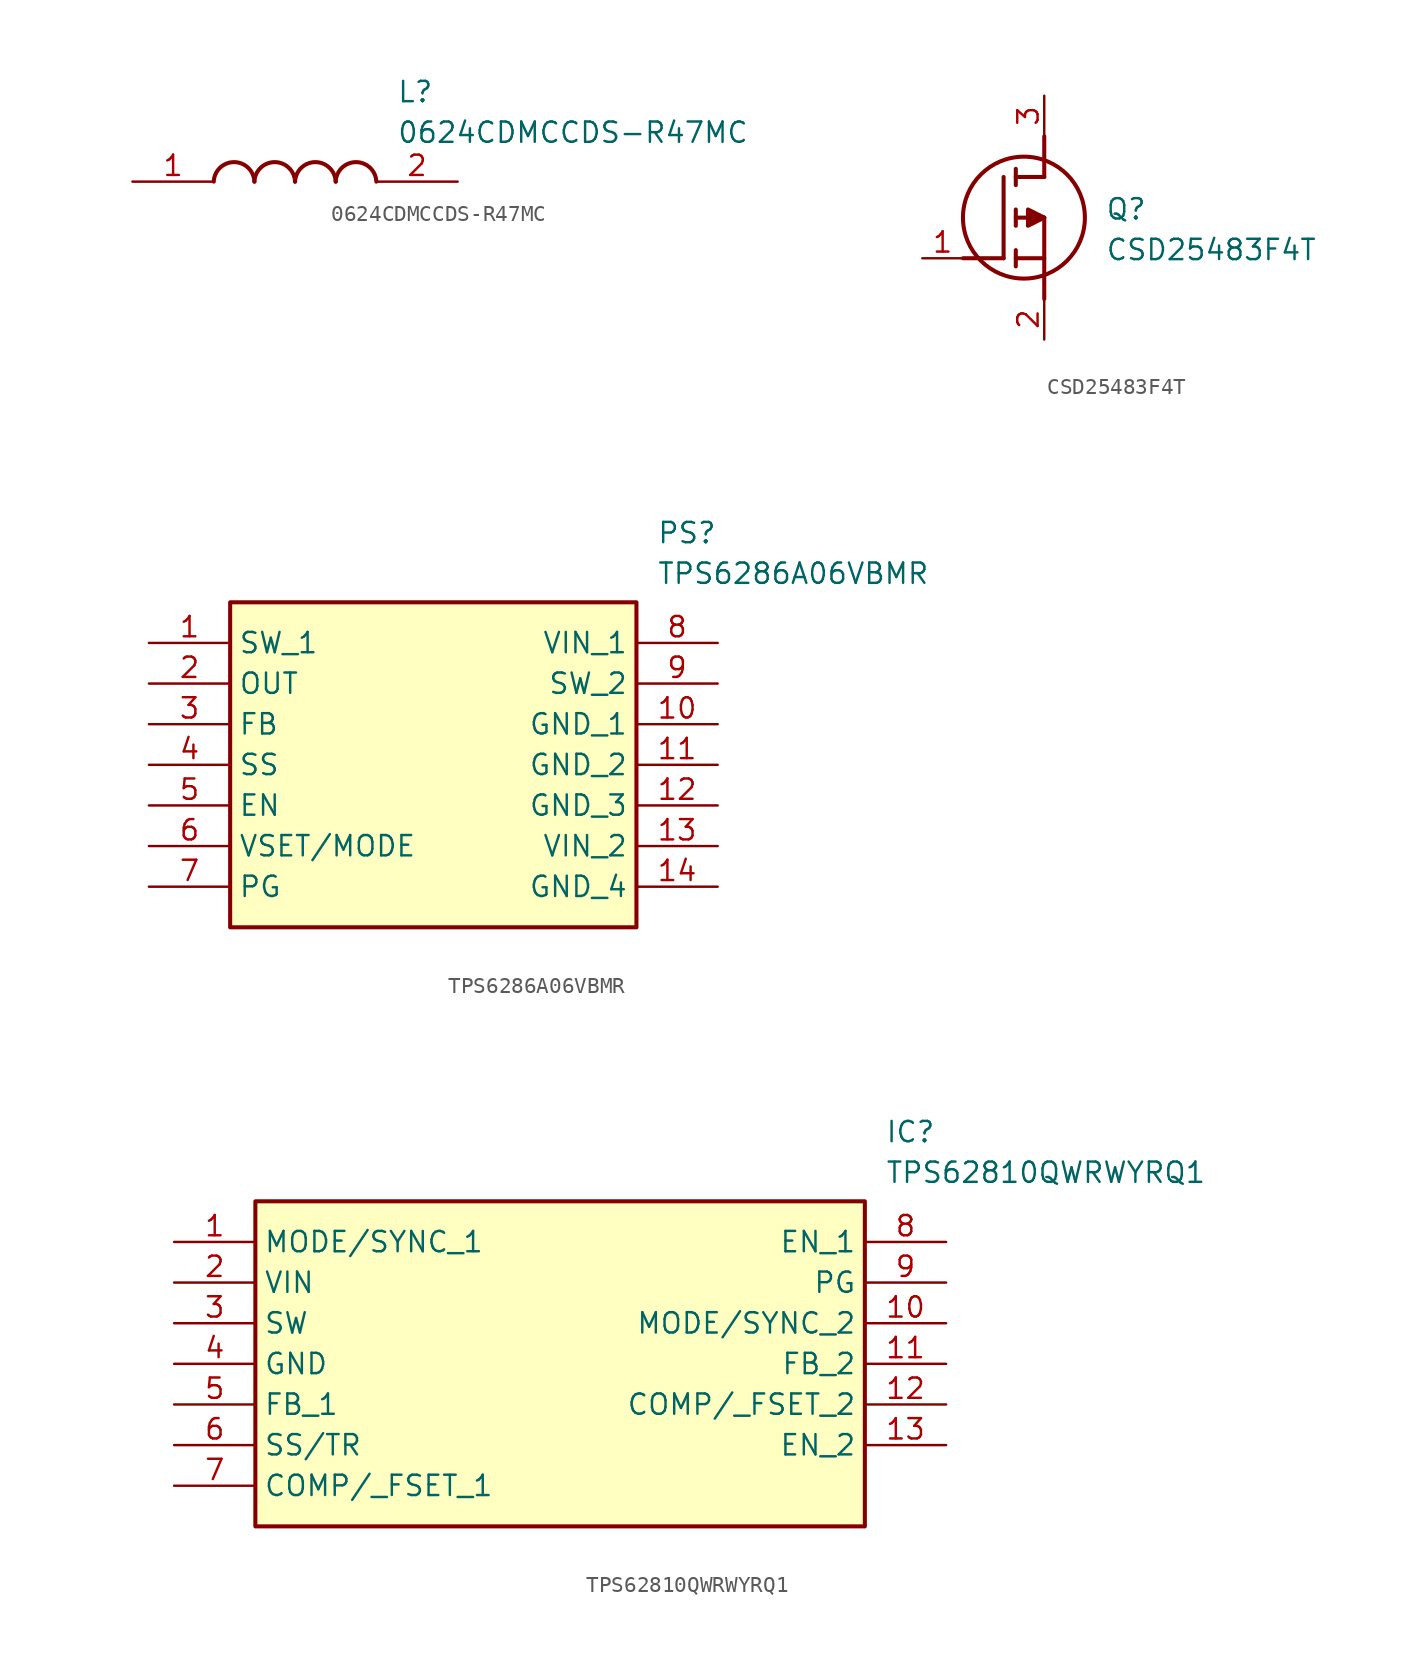
<source format=kicad_sym>
(kicad_symbol_lib
  (version 20220914)
  (generator SamacSys_ECAD_Model)
  (symbol "0624CDMCCDS-R47MC"
    (pin_names hide)
    (property "Reference" "L"
      (at 16.51 6.35 0)
      (effects (font (size 1.27 1.27)) (justify left top)))
    (property "Value" "0624CDMCCDS-R47MC"
      (at 16.51 3.81 0)
      (effects (font (size 1.27 1.27)) (justify left top)))
    (arc
      (start 7.62 0)
      (mid 6.35 1.219)
      (end 5.08 0)
      (stroke (width 0.254) (type default))
      (fill (type none)))
    (arc
      (start 10.16 0)
      (mid 8.89 1.219)
      (end 7.62 0)
      (stroke (width 0.254) (type default))
      (fill (type none)))
    (arc
      (start 12.7 0)
      (mid 11.43 1.219)
      (end 10.16 0)
      (stroke (width 0.254) (type default))
      (fill (type none)))
    (arc
      (start 15.24 0)
      (mid 13.97 1.219)
      (end 12.7 0)
      (stroke (width 0.254) (type default))
      (fill (type none)))
    (pin passive line
      (at 0 0 0)
      (length 5.08)
      (name "1" (effects (font (size 1.27 1.27))))
      (number "1" (effects (font (size 1.27 1.27)))))
    (pin passive line
      (at 20.32 0 180)
      (length 5.08)
      (name "2" (effects (font (size 1.27 1.27))))
      (number "2" (effects (font (size 1.27 1.27))))))
  (symbol "CSD25483F4T"
    (pin_names hide)
    (property "Reference" "Q"
      (at 11.43 3.81 0)
      (effects (font (size 1.27 1.27)) (justify left top)))
    (property "Value" "CSD25483F4T"
      (at 11.43 1.27 0)
      (effects (font (size 1.27 1.27)) (justify left top)))
    (polyline
      (pts (xy 7.62 2.54) (xy 7.62 -2.54))
      (stroke (width 0.254) (type default))
      (fill (type none)))
    (polyline
      (pts (xy 7.62 5.08) (xy 7.62 7.62))
      (stroke (width 0.254) (type default))
      (fill (type none)))
    (polyline
      (pts (xy 2.54 0) (xy 5.08 0))
      (stroke (width 0.254) (type default))
      (fill (type none)))
    (polyline
      (pts (xy 5.08 5.08) (xy 5.08 0))
      (stroke (width 0.254) (type default))
      (fill (type none)))
    (polyline
      (pts (xy 7.62 2.54) (xy 5.842 2.54))
      (stroke (width 0.254) (type default))
      (fill (type none)))
    (polyline
      (pts (xy 7.62 5.08) (xy 5.842 5.08))
      (stroke (width 0.254) (type default))
      (fill (type none)))
    (polyline
      (pts (xy 5.842 0) (xy 7.62 0))
      (stroke (width 0.254) (type default))
      (fill (type none)))
    (polyline
      (pts (xy 5.842 5.588) (xy 5.842 4.572))
      (stroke (width 0.254) (type default))
      (fill (type none)))
    (polyline
      (pts (xy 5.842 -0.508) (xy 5.842 0.508))
      (stroke (width 0.254) (type default))
      (fill (type none)))
    (polyline
      (pts (xy 5.842 2.032) (xy 5.842 3.048))
      (stroke (width 0.254) (type default))
      (fill (type none)))
    (circle
      (center 6.35 2.54)
      (radius 3.81)
      (stroke (width 0.254) (type default))
      (fill (type none)))
    (polyline
      (pts (xy 7.62 2.54) (xy 6.604 3.048) (xy 6.604 2.032) (xy 7.62 2.54))
      (stroke (width 0.254) (type default))
      (fill (type outline)))
    (pin passive line
      (at 0 0 0)
      (length 2.54)
      (name "G" (effects (font (size 1.27 1.27))))
      (number "1" (effects (font (size 1.27 1.27)))))
    (pin passive line
      (at 7.62 10.16 270)
      (length 2.54)
      (name "D" (effects (font (size 1.27 1.27))))
      (number "3" (effects (font (size 1.27 1.27)))))
    (pin passive line
      (at 7.62 -5.08 90)
      (length 2.54)
      (name "S" (effects (font (size 1.27 1.27))))
      (number "2" (effects (font (size 1.27 1.27))))))
  (symbol "TPS6286A06VBMR"
    (property "Reference" "PS"
      (at 31.75 7.62 0)
      (effects (font (size 1.27 1.27)) (justify left top)))
    (property "Value" "TPS6286A06VBMR"
      (at 31.75 5.08 0)
      (effects (font (size 1.27 1.27)) (justify left top)))
    (rectangle
      (start 5.08 2.54)
      (end 30.48 -17.78)
      (stroke (width 0.254) (type default))
      (fill (type background)))
    (pin passive line
      (at 0 0 0)
      (length 5.08)
      (name "SW_1" (effects (font (size 1.27 1.27))))
      (number "1" (effects (font (size 1.27 1.27)))))
    (pin passive line
      (at 0 -2.54 0)
      (length 5.08)
      (name "OUT" (effects (font (size 1.27 1.27))))
      (number "2" (effects (font (size 1.27 1.27)))))
    (pin passive line
      (at 0 -5.08 0)
      (length 5.08)
      (name "FB" (effects (font (size 1.27 1.27))))
      (number "3" (effects (font (size 1.27 1.27)))))
    (pin passive line
      (at 0 -7.62 0)
      (length 5.08)
      (name "SS" (effects (font (size 1.27 1.27))))
      (number "4" (effects (font (size 1.27 1.27)))))
    (pin passive line
      (at 0 -10.16 0)
      (length 5.08)
      (name "EN" (effects (font (size 1.27 1.27))))
      (number "5" (effects (font (size 1.27 1.27)))))
    (pin passive line
      (at 0 -12.7 0)
      (length 5.08)
      (name "VSET/MODE" (effects (font (size 1.27 1.27))))
      (number "6" (effects (font (size 1.27 1.27)))))
    (pin passive line
      (at 0 -15.24 0)
      (length 5.08)
      (name "PG" (effects (font (size 1.27 1.27))))
      (number "7" (effects (font (size 1.27 1.27)))))
    (pin passive line
      (at 35.56 0 180)
      (length 5.08)
      (name "VIN_1" (effects (font (size 1.27 1.27))))
      (number "8" (effects (font (size 1.27 1.27)))))
    (pin passive line
      (at 35.56 -2.54 180)
      (length 5.08)
      (name "SW_2" (effects (font (size 1.27 1.27))))
      (number "9" (effects (font (size 1.27 1.27)))))
    (pin passive line
      (at 35.56 -5.08 180)
      (length 5.08)
      (name "GND_1" (effects (font (size 1.27 1.27))))
      (number "10" (effects (font (size 1.27 1.27)))))
    (pin passive line
      (at 35.56 -7.62 180)
      (length 5.08)
      (name "GND_2" (effects (font (size 1.27 1.27))))
      (number "11" (effects (font (size 1.27 1.27)))))
    (pin passive line
      (at 35.56 -10.16 180)
      (length 5.08)
      (name "GND_3" (effects (font (size 1.27 1.27))))
      (number "12" (effects (font (size 1.27 1.27)))))
    (pin passive line
      (at 35.56 -12.7 180)
      (length 5.08)
      (name "VIN_2" (effects (font (size 1.27 1.27))))
      (number "13" (effects (font (size 1.27 1.27)))))
    (pin passive line
      (at 35.56 -15.24 180)
      (length 5.08)
      (name "GND_4" (effects (font (size 1.27 1.27))))
      (number "14" (effects (font (size 1.27 1.27))))))
  (symbol "TPS62810QWRWYRQ1"
    (property "Reference" "IC"
      (at 44.45 7.62 0)
      (effects (font (size 1.27 1.27)) (justify left top)))
    (property "Value" "TPS62810QWRWYRQ1"
      (at 44.45 5.08 0)
      (effects (font (size 1.27 1.27)) (justify left top)))
    (rectangle
      (start 5.08 2.54)
      (end 43.18 -17.78)
      (stroke (width 0.254) (type default))
      (fill (type background)))
    (pin passive line
      (at 0 0 0)
      (length 5.08)
      (name "MODE/SYNC_1" (effects (font (size 1.27 1.27))))
      (number "1" (effects (font (size 1.27 1.27)))))
    (pin passive line
      (at 0 -2.54 0)
      (length 5.08)
      (name "VIN" (effects (font (size 1.27 1.27))))
      (number "2" (effects (font (size 1.27 1.27)))))
    (pin passive line
      (at 0 -5.08 0)
      (length 5.08)
      (name "SW" (effects (font (size 1.27 1.27))))
      (number "3" (effects (font (size 1.27 1.27)))))
    (pin passive line
      (at 0 -7.62 0)
      (length 5.08)
      (name "GND" (effects (font (size 1.27 1.27))))
      (number "4" (effects (font (size 1.27 1.27)))))
    (pin passive line
      (at 0 -10.16 0)
      (length 5.08)
      (name "FB_1" (effects (font (size 1.27 1.27))))
      (number "5" (effects (font (size 1.27 1.27)))))
    (pin passive line
      (at 0 -12.7 0)
      (length 5.08)
      (name "SS/TR" (effects (font (size 1.27 1.27))))
      (number "6" (effects (font (size 1.27 1.27)))))
    (pin passive line
      (at 0 -15.24 0)
      (length 5.08)
      (name "COMP/_FSET_1" (effects (font (size 1.27 1.27))))
      (number "7" (effects (font (size 1.27 1.27)))))
    (pin passive line
      (at 48.26 0 180)
      (length 5.08)
      (name "EN_1" (effects (font (size 1.27 1.27))))
      (number "8" (effects (font (size 1.27 1.27)))))
    (pin passive line
      (at 48.26 -2.54 180)
      (length 5.08)
      (name "PG" (effects (font (size 1.27 1.27))))
      (number "9" (effects (font (size 1.27 1.27)))))
    (pin passive line
      (at 48.26 -5.08 180)
      (length 5.08)
      (name "MODE/SYNC_2" (effects (font (size 1.27 1.27))))
      (number "10" (effects (font (size 1.27 1.27)))))
    (pin passive line
      (at 48.26 -7.62 180)
      (length 5.08)
      (name "FB_2" (effects (font (size 1.27 1.27))))
      (number "11" (effects (font (size 1.27 1.27)))))
    (pin passive line
      (at 48.26 -10.16 180)
      (length 5.08)
      (name "COMP/_FSET_2" (effects (font (size 1.27 1.27))))
      (number "12" (effects (font (size 1.27 1.27)))))
    (pin passive line
      (at 48.26 -12.7 180)
      (length 5.08)
      (name "EN_2" (effects (font (size 1.27 1.27))))
      (number "13" (effects (font (size 1.27 1.27)))))))
</source>
